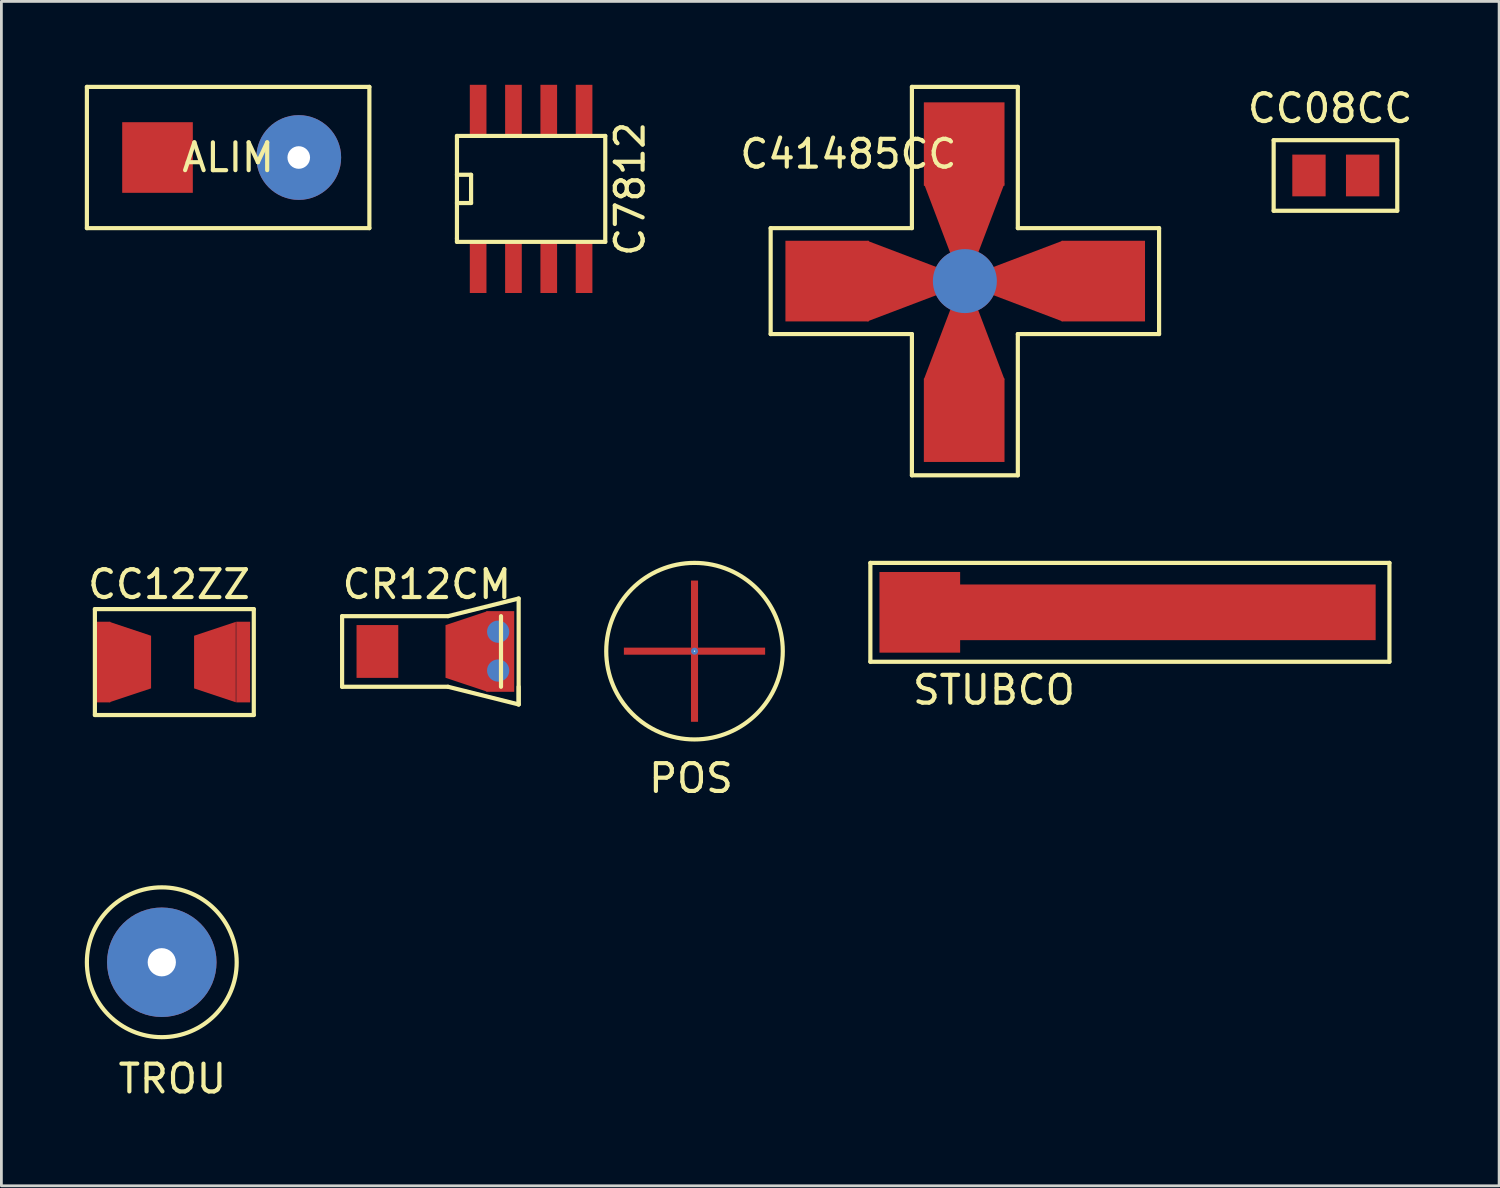
<source format=kicad_pcb>
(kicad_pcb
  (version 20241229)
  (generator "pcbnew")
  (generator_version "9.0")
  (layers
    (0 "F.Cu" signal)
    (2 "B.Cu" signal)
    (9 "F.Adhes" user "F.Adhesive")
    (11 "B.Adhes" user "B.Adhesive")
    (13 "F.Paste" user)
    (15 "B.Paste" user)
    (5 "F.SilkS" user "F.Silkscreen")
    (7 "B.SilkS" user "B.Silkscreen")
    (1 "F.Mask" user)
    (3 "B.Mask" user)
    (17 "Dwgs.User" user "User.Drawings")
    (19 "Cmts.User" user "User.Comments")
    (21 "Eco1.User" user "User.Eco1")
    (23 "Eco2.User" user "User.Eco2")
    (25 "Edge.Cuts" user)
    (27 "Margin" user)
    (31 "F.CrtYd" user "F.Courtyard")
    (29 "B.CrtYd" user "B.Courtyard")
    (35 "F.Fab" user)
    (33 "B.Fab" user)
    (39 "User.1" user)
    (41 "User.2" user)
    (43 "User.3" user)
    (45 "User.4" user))
  (footprint "CC12ZZ"
    (layer "F.Cu")
    (at 3.157 20.762)
    (property "Reference" "CC12ZZ" (at -0.127 -2.794 0) (layer "F.SilkS") (effects (font (size 1 1) (thickness 0.15))))
    (attr through_hole)
    (fp_line (start -2.794 -1.905) (end 2.921 -1.905) (stroke (width 0.15) (type solid)) (layer "F.SilkS"))
    (fp_line (start -2.794 1.905) (end -2.794 -1.905) (stroke (width 0.15) (type solid)) (layer "F.SilkS"))
    (fp_line (start 2.921 -1.905) (end 2.921 1.905) (stroke (width 0.15) (type solid)) (layer "F.SilkS"))
    (fp_line (start 2.921 1.905) (end -2.794 1.905) (stroke (width 0.15) (type solid)) (layer "F.SilkS"))
    (pad "1" smd rect (at -2.489 0) (size 0.5 2.901) (layers "F.Cu" "F.Mask" "F.Paste"))
    (pad "1" smd trapezoid (at -1.524 0) (size 1.501 2.393) (rect_delta 0.5 0) (layers "F.Cu" "F.Mask" "F.Paste"))
    (pad "2" smd trapezoid (at 1.524 0) (size 1.501 2.393) (rect_delta -0.5 0) (layers "F.Cu" "F.Mask" "F.Paste"))
    (pad "2" smd rect (at 2.54 0) (size 0.5 2.901) (layers "F.Cu" "F.Mask" "F.Paste")))
  (footprint "C41485CC"
    (layer "F.Cu")
    (at 31.653 7.06)
    (property "Reference" "C41485CC" (at -4.191 -4.572 0) (layer "F.SilkS") (effects (font (size 1 1) (thickness 0.15))))
    (attr through_hole)
    (fp_line (start -6.985 -1.905) (end -6.985 1.905) (stroke (width 0.15) (type solid)) (layer "F.SilkS"))
    (fp_line (start -6.985 1.905) (end -1.905 1.905) (stroke (width 0.15) (type solid)) (layer "F.SilkS"))
    (fp_line (start -1.905 -6.985) (end -1.905 -1.905) (stroke (width 0.15) (type solid)) (layer "F.SilkS"))
    (fp_line (start -1.905 -1.905) (end -6.985 -1.905) (stroke (width 0.15) (type solid)) (layer "F.SilkS"))
    (fp_line (start -1.905 1.905) (end -1.905 6.985) (stroke (width 0.15) (type solid)) (layer "F.SilkS"))
    (fp_line (start -1.905 6.985) (end 1.905 6.985) (stroke (width 0.15) (type solid)) (layer "F.SilkS"))
    (fp_line (start 1.905 -6.985) (end -1.905 -6.985) (stroke (width 0.15) (type solid)) (layer "F.SilkS"))
    (fp_line (start 1.905 -1.905) (end 1.905 -6.985) (stroke (width 0.15) (type solid)) (layer "F.SilkS"))
    (fp_line (start 1.905 1.905) (end 6.985 1.905) (stroke (width 0.15) (type solid)) (layer "F.SilkS"))
    (fp_line (start 1.905 6.985) (end 1.905 1.905) (stroke (width 0.15) (type solid)) (layer "F.SilkS"))
    (fp_line (start 6.985 -1.905) (end 1.905 -1.905) (stroke (width 0.15) (type solid)) (layer "F.SilkS"))
    (fp_line (start 6.985 1.905) (end 6.985 -1.905) (stroke (width 0.15) (type solid)) (layer "F.SilkS"))
    (pad "" thru_hole circle (at 0 0) (size 2.301 2.301) (drill 0.000001) (layers "*.Cu" "*.Mask"))
    (pad "1" smd rect (at -4.953 0) (size 3.002 2.901) (layers "F.Cu" "F.Mask" "F.Paste" "In14.Cu"))
    (pad "1" smd trapezoid (at -2.261 0) (size 2.502 1.951) (rect_delta 0.95 0) (layers "F.Cu" "F.Mask" "F.Paste" "In14.Cu"))
    (pad "2" smd trapezoid (at -0.025 2.286) (size 1.951 2.502) (rect_delta 0 0.95) (layers "F.Cu" "F.Mask" "F.Paste" "In14.Cu"))
    (pad "2" smd rect (at -0.025 5.004) (size 2.901 3.002) (layers "F.Cu" "F.Mask" "F.Paste" "In10.Cu" "In13.Cu" "In14.Cu"))
    (pad "3" smd trapezoid (at 2.261 0) (size 2.502 1.951) (rect_delta -0.95 0) (layers "F.Cu" "F.Mask" "F.Paste" "In14.Cu"))
    (pad "3" smd rect (at 4.978 0) (size 3.002 2.901) (layers "F.Cu" "F.Mask" "F.Paste" "In14.Cu"))
    (pad "4" smd rect (at -0.025 -4.928) (size 2.901 3.002) (layers "F.Cu" "F.Mask" "F.Paste" "In10.Cu" "In13.Cu" "In14.Cu"))
    (pad "4" smd trapezoid (at -0.025 -2.261) (size 1.951 2.502) (rect_delta 0 -0.95) (layers "F.Cu" "F.Mask" "F.Paste" "In14.Cu")))
  (footprint "CR12CM"
    (layer "F.Cu")
    (at 11.794 20.381)
    (property "Reference" "CR12CM" (at 0.508 -2.413 0) (layer "F.SilkS") (effects (font (size 1 1) (thickness 0.15))))
    (attr through_hole)
    (fp_line (start -2.54 -1.27) (end 1.27 -1.27) (stroke (width 0.15) (type solid)) (layer "F.SilkS"))
    (fp_line (start -2.54 1.27) (end -2.54 -1.27) (stroke (width 0.15) (type solid)) (layer "F.SilkS"))
    (fp_line (start -2.54 1.27) (end 1.27 1.27) (stroke (width 0.15) (type solid)) (layer "F.SilkS"))
    (fp_line (start 1.27 -1.27) (end 3.81 -1.905) (stroke (width 0.15) (type solid)) (layer "F.SilkS"))
    (fp_line (start 1.27 1.27) (end 3.81 1.905) (stroke (width 0.15) (type solid)) (layer "F.SilkS"))
    (fp_line (start 3.175 -1.27) (end 3.175 1.27) (stroke (width 0.15) (type solid)) (layer "F.SilkS"))
    (fp_line (start 3.81 -1.905) (end 3.81 1.905) (stroke (width 0.15) (type solid)) (layer "F.SilkS"))
    (fp_line (start 3.81 1.905) (end 3.81 1.27) (stroke (width 0.15) (type solid)) (layer "F.SilkS"))
    (pad "1" smd rect (at -1.27 0) (size 1.501 1.9) (layers "F.Cu" "F.Mask" "F.Paste"))
    (pad "2" smd trapezoid (at 1.93 0) (size 1.501 2.393) (rect_delta -0.5 0) (layers "F.Cu" "F.Mask" "F.Paste"))
    (pad "2" thru_hole circle (at 3.073 -0.711) (size 0.8 0.8) (drill 0.000001) (layers "*.Cu" "*.Mask"))
    (pad "2" thru_hole circle (at 3.073 0.686) (size 0.8 0.8) (drill 0.000001) (layers "*.Cu" "*.Mask"))
    (pad "2" smd rect (at 3.15 0) (size 1.001 2.901) (layers "F.Cu" "F.Mask" "F.Paste")))
  (footprint "TROU"
    (layer "F.Cu")
    (at 2.769 31.559)
    (property "Reference" "TROU" (at 0.381 4.191 0) (layer "F.SilkS") (effects (font (size 1 1) (thickness 0.15))))
    (attr through_hole)
    (fp_circle (center 0 0) (end 1.905 1.905) (stroke (width 0.15) (type solid)) (fill no) (layer "F.SilkS"))
    (pad "" thru_hole circle (at 0 0) (size 3.937 3.937) (drill 1.016) (layers "*.Cu" "*.Mask")))
  (footprint "C7812"
    (layer "F.Cu")
    (at 16.052 3.744)
    (property "Reference" "C7812" (at 3.556 0 270) (layer "F.SilkS") (effects (font (size 1 1) (thickness 0.15))))
    (attr through_hole)
    (fp_line (start -2.667 -1.905) (end -2.667 1.778) (stroke (width 0.15) (type solid)) (layer "F.SilkS"))
    (fp_line (start -2.667 -0.508) (end -2.159 -0.508) (stroke (width 0.15) (type solid)) (layer "F.SilkS"))
    (fp_line (start -2.667 1.778) (end -2.667 1.905) (stroke (width 0.15) (type solid)) (layer "F.SilkS"))
    (fp_line (start -2.667 1.905) (end 2.667 1.905) (stroke (width 0.15) (type solid)) (layer "F.SilkS"))
    (fp_line (start -2.159 -0.508) (end -2.159 0.508) (stroke (width 0.15) (type solid)) (layer "F.SilkS"))
    (fp_line (start -2.159 0.508) (end -2.667 0.508) (stroke (width 0.15) (type solid)) (layer "F.SilkS"))
    (fp_line (start 2.667 -1.905) (end -2.667 -1.905) (stroke (width 0.15) (type solid)) (layer "F.SilkS"))
    (fp_line (start 2.667 -1.905) (end 2.667 1.905) (stroke (width 0.15) (type solid)) (layer "F.SilkS"))
    (pad "1" smd rect (at -1.905 2.794) (size 0.599 1.9) (layers "F.Cu" "F.Mask" "F.Paste"))
    (pad "2" smd rect (at -0.635 2.794) (size 0.599 1.9) (layers "F.Cu" "F.Mask" "F.Paste"))
    (pad "3" smd rect (at 0.635 2.794) (size 0.599 1.9) (layers "F.Cu" "F.Mask" "F.Paste"))
    (pad "4" smd rect (at 1.905 2.794) (size 0.599 1.9) (layers "F.Cu" "F.Mask" "F.Paste"))
    (pad "5" smd rect (at 1.905 -2.794) (size 0.599 1.9) (layers "F.Cu" "F.Mask" "F.Paste"))
    (pad "6" smd rect (at 0.635 -2.794) (size 0.599 1.9) (layers "F.Cu" "F.Mask" "F.Paste"))
    (pad "7" smd rect (at -0.635 -2.794) (size 0.599 1.9) (layers "F.Cu" "F.Mask" "F.Paste"))
    (pad "8" smd rect (at -1.905 -2.794) (size 0.599 1.9) (layers "F.Cu" "F.Mask" "F.Paste")))
  (footprint "STUBCO"
    (layer "F.Cu")
    (at 37.652 18.973)
    (property "Reference" "STUBCO" (at -4.953 2.794 0) (layer "F.SilkS") (effects (font (size 1 1) (thickness 0.15))))
    (attr through_hole)
    (fp_line (start -9.398 -1.778) (end -9.398 1.778) (stroke (width 0.15) (type solid)) (layer "F.SilkS"))
    (fp_line (start -9.398 1.778) (end 9.271 1.778) (stroke (width 0.15) (type solid)) (layer "F.SilkS"))
    (fp_line (start 9.271 -1.778) (end -9.398 -1.778) (stroke (width 0.15) (type solid)) (layer "F.SilkS"))
    (fp_line (start 9.271 -1.778) (end 9.271 1.778) (stroke (width 0.15) (type solid)) (layer "F.SilkS"))
    (pad "1" smd rect (at -7.62 0) (size 2.901 2.901) (layers "F.Cu" "F.Mask" "F.Paste"))
    (pad "1" smd rect (at 1.27 0) (size 15.011 2.002) (layers "F.Cu" "F.Mask" "F.Paste")))
  (footprint "CC08CC"
    (layer "F.Cu")
    (at 45.299 3.261)
    (property "Reference" "CC08CC" (at -0.508 -2.413 0) (layer "F.SilkS") (effects (font (size 1 1) (thickness 0.15))))
    (attr through_hole)
    (fp_line (start -2.54 1.27) (end -2.54 -1.27) (stroke (width 0.15) (type solid)) (layer "F.SilkS"))
    (fp_line (start 1.905 -1.27) (end -2.54 -1.27) (stroke (width 0.15) (type solid)) (layer "F.SilkS"))
    (fp_line (start 1.905 -1.27) (end 1.905 1.27) (stroke (width 0.15) (type solid)) (layer "F.SilkS"))
    (fp_line (start 1.905 1.27) (end -2.54 1.27) (stroke (width 0.15) (type solid)) (layer "F.SilkS"))
    (pad "1" smd rect (at -1.27 0) (size 1.199 1.501) (layers "F.Cu" "F.Mask" "F.Paste"))
    (pad "2" smd rect (at 0.66 0) (size 1.199 1.501) (layers "F.Cu" "F.Mask" "F.Paste")))
  (footprint "POS"
    (layer "F.Cu")
    (at 21.929 20.37)
    (property "Reference" "POS" (at -0.127 4.572 0) (layer "F.SilkS") (effects (font (size 1 1) (thickness 0.15))))
    (attr through_hole)
    (fp_circle (center 0 0) (end 2.54 1.905) (stroke (width 0.15) (type solid)) (fill no) (layer "F.SilkS"))
    (pad "" thru_hole circle (at 0 0) (size 0.254 0.254) (drill 0.051) (layers "*.Cu" "*.Mask"))
    (pad "" smd rect (at 0 0) (size 0.254 5.08) (layers "F.Cu" "F.Mask" "F.Paste"))
    (pad "" smd rect (at 0 0) (size 5.08 0.254) (layers "F.Cu" "F.Mask" "F.Paste")))
  (footprint "ALIM"
    (layer "F.Cu")
    (at 5.155 2.615)
    (property "Reference" "ALIM" (at 0 0 0) (layer "F.SilkS") (effects (font (size 1 1) (thickness 0.15))))
    (attr through_hole)
    (fp_line (start -5.08 -2.54) (end 5.08 -2.54) (stroke (width 0.15) (type solid)) (layer "F.SilkS"))
    (fp_line (start -5.08 2.54) (end -5.08 -2.54) (stroke (width 0.15) (type solid)) (layer "F.SilkS"))
    (fp_line (start 5.08 -2.54) (end 5.08 2.54) (stroke (width 0.15) (type solid)) (layer "F.SilkS"))
    (fp_line (start 5.08 2.54) (end -5.08 2.54) (stroke (width 0.15) (type solid)) (layer "F.SilkS"))
    (pad "1" smd rect (at -2.54 0) (size 2.54 2.54) (layers "F.Cu" "F.Mask" "F.Paste"))
    (pad "2" thru_hole circle (at 2.54 0) (size 3.048 3.048) (drill 0.813) (layers "*.Cu")))
  (gr_rect
    (start -3 -3)
    (end 50.868 39.599)
    (stroke (width 0.1) (type default))
    (fill no)
    (layer "Edge.Cuts")))
</source>
